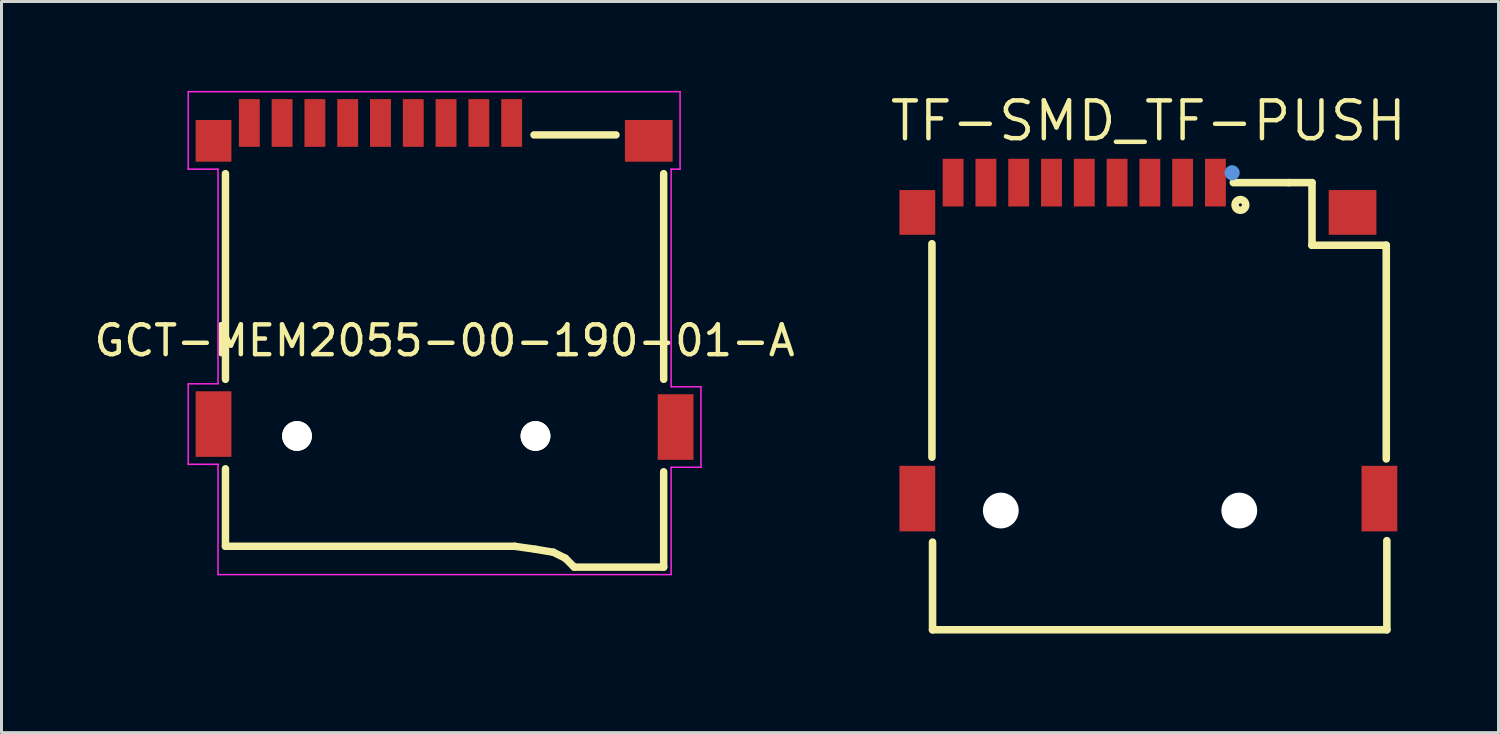
<source format=kicad_pcb>
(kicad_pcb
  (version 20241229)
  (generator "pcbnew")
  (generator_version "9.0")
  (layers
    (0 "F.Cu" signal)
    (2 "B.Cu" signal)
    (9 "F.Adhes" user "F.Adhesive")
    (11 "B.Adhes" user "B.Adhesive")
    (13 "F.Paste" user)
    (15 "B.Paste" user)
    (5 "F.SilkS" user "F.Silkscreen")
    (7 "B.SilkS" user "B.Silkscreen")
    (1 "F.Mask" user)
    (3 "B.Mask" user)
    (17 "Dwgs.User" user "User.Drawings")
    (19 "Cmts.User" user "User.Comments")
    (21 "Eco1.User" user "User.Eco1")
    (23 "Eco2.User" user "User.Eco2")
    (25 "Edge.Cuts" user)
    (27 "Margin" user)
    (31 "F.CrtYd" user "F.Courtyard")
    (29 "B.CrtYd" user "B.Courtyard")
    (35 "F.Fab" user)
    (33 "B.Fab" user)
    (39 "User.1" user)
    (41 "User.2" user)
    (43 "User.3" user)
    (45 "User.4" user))
  (footprint "TF-SMD_TF-PUSH"
    (layer "F.Cu")
    (at 35.472 8.376)
    (property "Reference" "TF-SMD_TF-PUSH" (at 0 -7.37 0) (layer "F.SilkS") (effects (font (size 1.27 1.27) (thickness 0.15))))
    (attr smd)
    (fp_line (start -7.26 -3.25) (end -7.26 3.91) (stroke (width 0.254) (type solid)) (layer "F.SilkS"))
    (fp_line (start -7.24 9.7) (end -7.24 6.76) (stroke (width 0.254) (type solid)) (layer "F.SilkS"))
    (fp_line (start -7.24 9.7) (end 8 9.7) (stroke (width 0.254) (type solid)) (layer "F.SilkS"))
    (fp_line (start 4.702 -5.3) (end 2.85 -5.3) (stroke (width 0.254) (type solid)) (layer "F.SilkS"))
    (fp_line (start 4.702 -5.3) (end 5.489 -5.3) (stroke (width 0.254) (type solid)) (layer "F.SilkS"))
    (fp_line (start 5.489 -5.3) (end 5.489 -3.199) (stroke (width 0.254) (type solid)) (layer "F.SilkS"))
    (fp_line (start 5.489 -3.199) (end 5.5 -3.2) (stroke (width 0.254) (type solid)) (layer "F.SilkS"))
    (fp_line (start 7.98 -3.2) (end 5.49 -3.2) (stroke (width 0.254) (type solid)) (layer "F.SilkS"))
    (fp_line (start 7.98 3.969) (end 7.98 -3.2) (stroke (width 0.254) (type solid)) (layer "F.SilkS"))
    (fp_line (start 8 9.7) (end 8 6.71) (stroke (width 0.254) (type solid)) (layer "F.SilkS"))
    (fp_circle (center 3.087 -4.552) (end 3.139 -4.552) (stroke (width 0.254) (type solid)) (fill no) (layer "F.SilkS"))
    (fp_circle (center -4.95 5.7) (end -4.75 5.7) (stroke (width 0.4) (type solid)) (fill no) (layer "Cmts.User"))
    (fp_circle (center 2.81 -5.63) (end 2.937 -5.63) (stroke (width 0.254) (type solid)) (fill no) (layer "Cmts.User"))
    (fp_circle (center 3.05 5.7) (end 3.25 5.7) (stroke (width 0.4) (type solid)) (fill no) (layer "Cmts.User"))
    (fp_text user "" (at 0 0 0) (layer "Cmts.User") (effects (font (size 1 1) (thickness 0.15))))
    (pad "" np_thru_hole circle (at -4.95 5.7) (size 1.2 1.2) (drill 1.2) (layers "*.Cu" "*.Mask"))
    (pad "" np_thru_hole circle (at 3.05 5.7) (size 1.2 1.2) (drill 1.2) (layers "*.Cu" "*.Mask"))
    (pad "1" smd rect (at 2.25 -5.3) (size 0.7 1.6) (layers "F.Cu" "F.Mask" "F.Paste"))
    (pad "2" smd rect (at 1.15 -5.3) (size 0.7 1.6) (layers "F.Cu" "F.Mask" "F.Paste"))
    (pad "3" smd rect (at 0.05 -5.3) (size 0.7 1.6) (layers "F.Cu" "F.Mask" "F.Paste"))
    (pad "4" smd rect (at -1.05 -5.3) (size 0.7 1.6) (layers "F.Cu" "F.Mask" "F.Paste"))
    (pad "5" smd rect (at -2.15 -5.3) (size 0.7 1.6) (layers "F.Cu" "F.Mask" "F.Paste"))
    (pad "6" smd rect (at -3.25 -5.3) (size 0.7 1.6) (layers "F.Cu" "F.Mask" "F.Paste"))
    (pad "7" smd rect (at -4.35 -5.3) (size 0.7 1.6) (layers "F.Cu" "F.Mask" "F.Paste"))
    (pad "8" smd rect (at -5.45 -5.3) (size 0.7 1.6) (layers "F.Cu" "F.Mask" "F.Paste"))
    (pad "10" smd rect (at -7.75 -4.3) (size 1.2 1.5) (layers "F.Cu" "F.Mask" "F.Paste"))
    (pad "11" smd rect (at -7.75 5.3) (size 1.2 2.2) (layers "F.Cu" "F.Mask" "F.Paste"))
    (pad "12" smd rect (at 7.75 5.3) (size 1.2 2.2) (layers "F.Cu" "F.Mask" "F.Paste"))
    (pad "13" smd rect (at 6.85 -4.3) (size 1.6 1.5) (layers "F.Cu" "F.Mask" "F.Paste"))
    (pad "CD" smd rect (at -6.55 -5.3) (size 0.7 1.6) (layers "F.Cu" "F.Mask" "F.Paste")))
  (footprint "GCT-MEM2055-00-190-01-A"
    (layer "F.Cu")
    (at 11.863 18.275)
    (property "Reference" "GCT-MEM2055-00-190-01-A" (at 0 -9.9 180) (layer "F.SilkS") (effects (font (size 1 1) (thickness 0.15))))
    (attr through_hole)
    (fp_line (start -7.35 -15.5) (end -7.35 -8.6) (stroke (width 0.25) (type solid)) (layer "F.SilkS"))
    (fp_line (start -7.35 -5.6) (end -7.35 -3) (stroke (width 0.25) (type solid)) (layer "F.SilkS"))
    (fp_line (start -7.35 -3) (end 2.35 -3) (stroke (width 0.25) (type solid)) (layer "F.SilkS"))
    (fp_line (start 2.35 -3) (end 3.05 -2.9) (stroke (width 0.25) (type solid)) (layer "F.SilkS"))
    (fp_line (start 3 -16.8) (end 5.75 -16.8) (stroke (width 0.25) (type solid)) (layer "F.SilkS"))
    (fp_line (start 3.05 -2.9) (end 3.65 -2.8) (stroke (width 0.25) (type solid)) (layer "F.SilkS"))
    (fp_line (start 3.65 -2.8) (end 4.05 -2.6) (stroke (width 0.25) (type solid)) (layer "F.SilkS"))
    (fp_line (start 4.05 -2.6) (end 4.35 -2.3) (stroke (width 0.25) (type solid)) (layer "F.SilkS"))
    (fp_line (start 4.35 -2.3) (end 7.35 -2.3) (stroke (width 0.25) (type solid)) (layer "F.SilkS"))
    (fp_line (start 7.35 -8.6) (end 7.35 -15.5) (stroke (width 0.25) (type solid)) (layer "F.SilkS"))
    (fp_line (start 7.35 -2.3) (end 7.35 -5.5) (stroke (width 0.25) (type solid)) (layer "F.SilkS"))
    (fp_line (start -8.6 -15.65) (end -8.6 -18.25) (stroke (width 0.05) (type solid)) (layer "F.CrtYd"))
    (fp_line (start -8.6 -5.75) (end -8.6 -8.45) (stroke (width 0.05) (type solid)) (layer "F.CrtYd"))
    (fp_line (start -7.6 -15.65) (end -8.6 -15.65) (stroke (width 0.05) (type solid)) (layer "F.CrtYd"))
    (fp_line (start -7.6 -8.45) (end -8.6 -8.45) (stroke (width 0.05) (type solid)) (layer "F.CrtYd"))
    (fp_line (start -7.6 -8.45) (end -7.6 -15.65) (stroke (width 0.05) (type solid)) (layer "F.CrtYd"))
    (fp_line (start -7.6 -5.75) (end -8.6 -5.75) (stroke (width 0.05) (type solid)) (layer "F.CrtYd"))
    (fp_line (start -7.6 -2.05) (end -7.6 -5.75) (stroke (width 0.05) (type solid)) (layer "F.CrtYd"))
    (fp_line (start 7.6 -15.65) (end 7.9 -15.65) (stroke (width 0.05) (type solid)) (layer "F.CrtYd"))
    (fp_line (start 7.6 -8.35) (end 7.6 -15.65) (stroke (width 0.05) (type solid)) (layer "F.CrtYd"))
    (fp_line (start 7.6 -5.65) (end 7.6 -2.05) (stroke (width 0.05) (type solid)) (layer "F.CrtYd"))
    (fp_line (start 7.6 -2.05) (end -7.6 -2.05) (stroke (width 0.05) (type solid)) (layer "F.CrtYd"))
    (fp_line (start 7.9 -18.25) (end -8.6 -18.25) (stroke (width 0.05) (type solid)) (layer "F.CrtYd"))
    (fp_line (start 7.9 -15.65) (end 7.9 -18.25) (stroke (width 0.05) (type solid)) (layer "F.CrtYd"))
    (fp_line (start 8.6 -8.35) (end 7.6 -8.35) (stroke (width 0.05) (type solid)) (layer "F.CrtYd"))
    (fp_line (start 8.6 -5.65) (end 7.6 -5.65) (stroke (width 0.05) (type solid)) (layer "F.CrtYd"))
    (fp_line (start 8.6 -5.65) (end 8.6 -8.35) (stroke (width 0.05) (type solid)) (layer "F.CrtYd"))
    (pad "" np_thru_hole circle (at -4.95 -6.7) (size 1 1) (drill 1) (layers "*.Cu" "*.Mask" "F.SilkS"))
    (pad "" np_thru_hole circle (at 3.05 -6.7) (size 1 1) (drill 1) (layers "*.Cu" "*.Mask" "F.SilkS"))
    (pad "1" smd rect (at 2.25 -17.2 180) (size 0.7 1.6) (layers "F.Cu" "F.Mask" "F.Paste"))
    (pad "2" smd rect (at 1.15 -17.2 180) (size 0.7 1.6) (layers "F.Cu" "F.Mask" "F.Paste"))
    (pad "3" smd rect (at 0.05 -17.2 180) (size 0.7 1.6) (layers "F.Cu" "F.Mask" "F.Paste"))
    (pad "4" smd rect (at -1.05 -17.2 180) (size 0.7 1.6) (layers "F.Cu" "F.Mask" "F.Paste"))
    (pad "5" smd rect (at -2.15 -17.2 180) (size 0.7 1.6) (layers "F.Cu" "F.Mask" "F.Paste"))
    (pad "6" smd rect (at -3.25 -17.2 180) (size 0.7 1.6) (layers "F.Cu" "F.Mask" "F.Paste"))
    (pad "7" smd rect (at -4.35 -17.2 180) (size 0.7 1.6) (layers "F.Cu" "F.Mask" "F.Paste"))
    (pad "8" smd rect (at -5.45 -17.2 180) (size 0.7 1.6) (layers "F.Cu" "F.Mask" "F.Paste"))
    (pad "9" smd rect (at -6.55 -17.2 180) (size 0.7 1.6) (layers "F.Cu" "F.Mask" "F.Paste"))
    (pad "10" smd rect (at -7.75 -16.6 180) (size 1.2 1.4) (layers "F.Cu" "F.Mask" "F.Paste"))
    (pad "10" smd rect (at -7.75 -7.1) (size 1.2 2.2) (layers "F.Cu" "F.Mask" "F.Paste"))
    (pad "10" smd rect (at 6.85 -16.6 180) (size 1.6 1.4) (layers "F.Cu" "F.Mask" "F.Paste"))
    (pad "10" smd rect (at 7.75 -7) (size 1.2 2.2) (layers "F.Cu" "F.Mask" "F.Paste")))
  (gr_rect
    (start -3 -3)
    (end 47.218 21.525)
    (stroke (width 0.1) (type default))
    (fill no)
    (layer "Edge.Cuts")))
</source>
